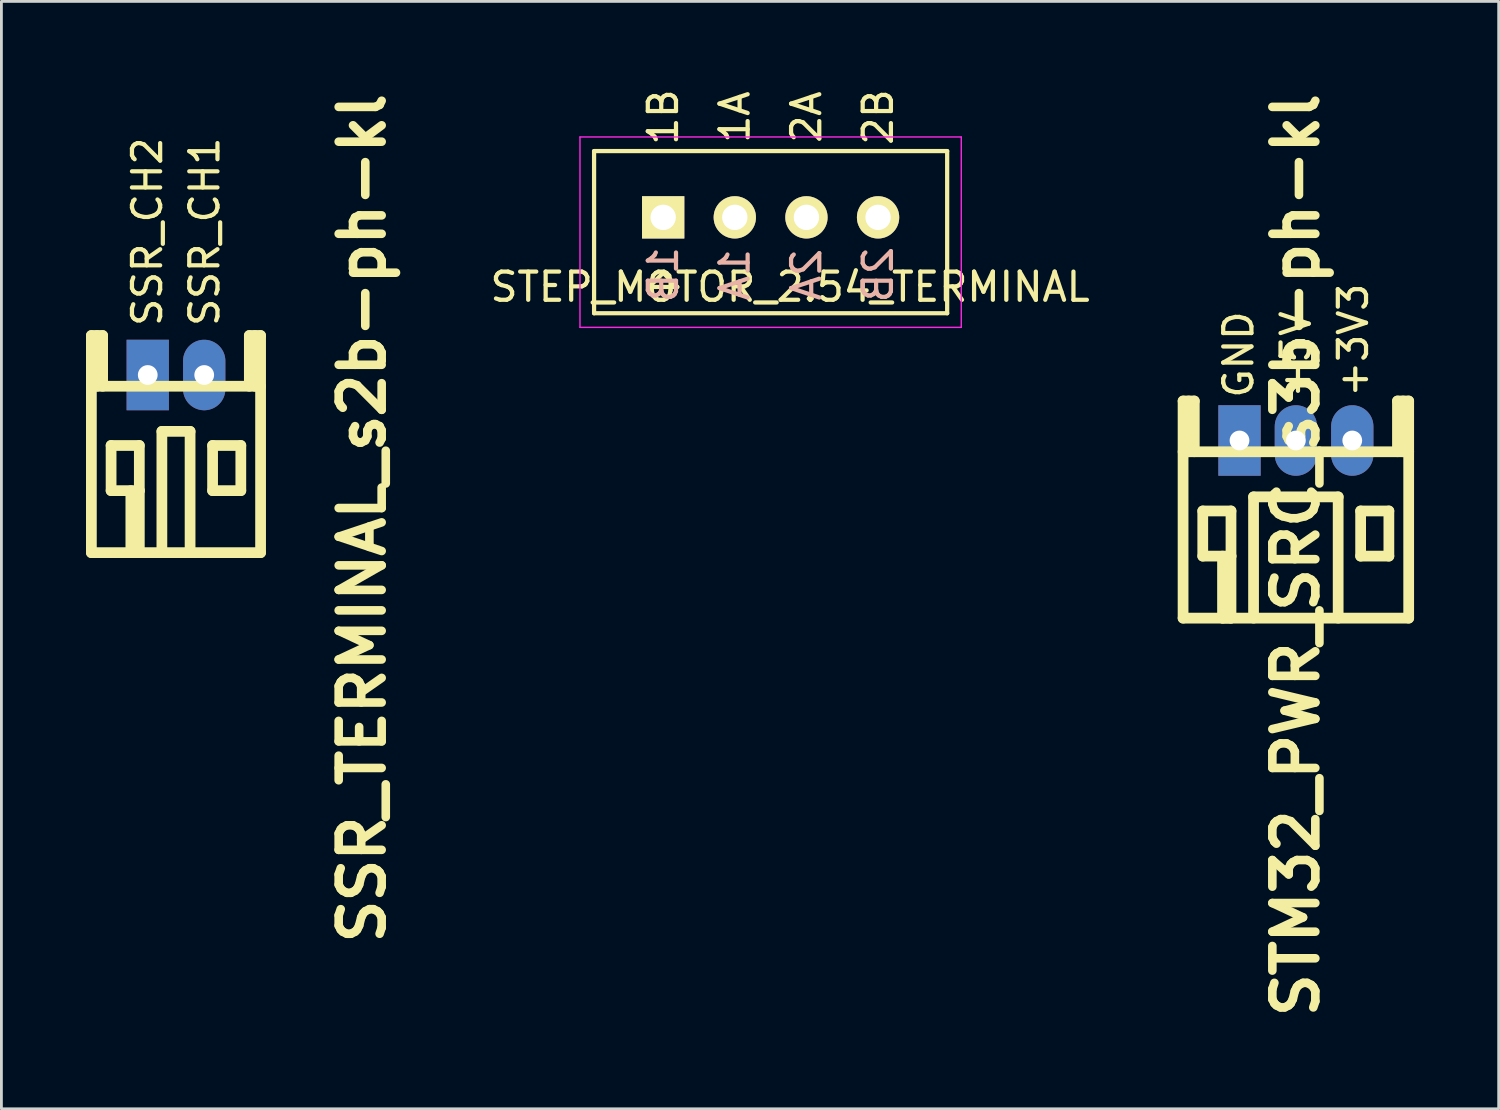
<source format=kicad_pcb>
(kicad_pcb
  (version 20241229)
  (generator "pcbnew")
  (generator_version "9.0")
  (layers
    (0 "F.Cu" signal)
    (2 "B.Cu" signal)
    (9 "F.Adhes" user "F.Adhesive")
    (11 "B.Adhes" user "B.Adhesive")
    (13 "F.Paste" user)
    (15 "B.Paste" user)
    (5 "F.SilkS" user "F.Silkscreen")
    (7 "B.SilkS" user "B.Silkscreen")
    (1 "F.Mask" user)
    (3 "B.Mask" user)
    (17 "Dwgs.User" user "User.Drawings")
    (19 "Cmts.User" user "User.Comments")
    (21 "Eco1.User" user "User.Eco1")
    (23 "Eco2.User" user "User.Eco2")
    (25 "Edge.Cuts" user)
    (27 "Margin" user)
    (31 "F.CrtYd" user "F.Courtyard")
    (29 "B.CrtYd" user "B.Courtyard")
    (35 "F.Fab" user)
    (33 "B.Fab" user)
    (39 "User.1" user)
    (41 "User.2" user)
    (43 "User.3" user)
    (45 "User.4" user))
  (footprint "STEP_MOTOR_2.54_TERMINAL"
    (layer "F.Cu")
    (at 20.465 4.657)
    (property "Reference" "STEP_MOTOR_2.54_TERMINAL" (at 4.5 2.468 0) (layer "F.SilkS") (effects (font (size 1 1) (thickness 0.15))))
    (attr through_hole)
    (fp_line (start -2.45 -2.35) (end -2.45 3.4) (stroke (width 0.15) (type solid)) (layer "F.SilkS"))
    (fp_line (start -2.45 -2.35) (end 10.07 -2.35) (stroke (width 0.15) (type solid)) (layer "F.SilkS"))
    (fp_line (start -2.45 3.4) (end 10.07 3.4) (stroke (width 0.15) (type solid)) (layer "F.SilkS"))
    (fp_line (start -0.5 2.468) (end 0.5 2.468) (stroke (width 0.15) (type solid)) (layer "F.SilkS"))
    (fp_line (start 0 1.968) (end -0.5 2.468) (stroke (width 0.15) (type solid)) (layer "F.SilkS"))
    (fp_line (start 0 1.968) (end 0.5 2.468) (stroke (width 0.15) (type solid)) (layer "F.SilkS"))
    (fp_line (start 10.07 -2.35) (end 10.07 3.4) (stroke (width 0.15) (type solid)) (layer "F.SilkS"))
    (fp_line (start -2.95 -2.85) (end -2.95 3.9) (stroke (width 0.05) (type solid)) (layer "F.CrtYd"))
    (fp_line (start -2.95 -2.85) (end 10.57 -2.85) (stroke (width 0.05) (type solid)) (layer "F.CrtYd"))
    (fp_line (start -2.95 3.9) (end 10.57 3.9) (stroke (width 0.05) (type solid)) (layer "F.CrtYd"))
    (fp_line (start 10.57 -2.85) (end 10.57 3.9) (stroke (width 0.05) (type solid)) (layer "F.CrtYd"))
    (fp_text user "2A" (at 5.08 -3.556 90) (layer "F.SilkS") (effects (font (size 1 1) (thickness 0.15))))
    (fp_text user "2B" (at 7.62 -3.556 90) (layer "F.SilkS") (effects (font (size 1 1) (thickness 0.15))))
    (fp_text user "1B" (at 0 -3.556 90) (layer "F.SilkS") (effects (font (size 1 1) (thickness 0.15))))
    (fp_text user "1A" (at 2.54 -3.556 90) (layer "F.SilkS") (effects (font (size 1 1) (thickness 0.15))))
    (fp_text user "2A" (at 5.08 2.032 270) (layer "B.SilkS") (effects (font (size 1 1) (thickness 0.15)) (justify mirror)))
    (fp_text user "2B" (at 7.62 2.032 270) (layer "B.SilkS") (effects (font (size 1 1) (thickness 0.15)) (justify mirror)))
    (fp_text user "1B" (at 0 2.032 270) (layer "B.SilkS") (effects (font (size 1 1) (thickness 0.15)) (justify mirror)))
    (fp_text user "1A" (at 2.54 2.032 270) (layer "B.SilkS") (effects (font (size 1 1) (thickness 0.15)) (justify mirror)))
    (pad "1" thru_hole rect (at 0 0) (size 1.5 1.5) (drill 0.9) (layers "*.Cu" "*.Mask" "F.SilkS"))
    (pad "2" thru_hole circle (at 2.54 0) (size 1.5 1.5) (drill 0.9) (layers "*.Cu" "*.Mask" "F.SilkS"))
    (pad "3" thru_hole circle (at 5.08 0) (size 1.5 1.5) (drill 0.9) (layers "*.Cu" "*.Mask" "F.SilkS"))
    (pad "4" thru_hole circle (at 7.62 0) (size 1.5 1.5) (drill 0.9) (layers "*.Cu" "*.Mask" "F.SilkS")))
  (footprint "STM32_PWR_SRC_s3b-ph-kl"
    (layer "F.Cu")
    (at 42.9 12.569)
    (property "Reference" "STM32_PWR_SRC_s3b-ph-kl" (at 0 4.064 90) (layer "F.SilkS") (effects (font (size 1.524 1.524) (thickness 0.305))))
    (attr through_hole)
    (fp_line (start -4 -1.4) (end -4 6.299) (stroke (width 0.381) (type solid)) (layer "F.SilkS"))
    (fp_line (start -4 0.399) (end 4 0.399) (stroke (width 0.381) (type solid)) (layer "F.SilkS"))
    (fp_line (start -4 6.299) (end 4 6.299) (stroke (width 0.381) (type solid)) (layer "F.SilkS"))
    (fp_line (start -3.8 -1.4) (end -3.8 0.399) (stroke (width 0.381) (type solid)) (layer "F.SilkS"))
    (fp_line (start -3.602 -1.4) (end -4 -1.4) (stroke (width 0.381) (type solid)) (layer "F.SilkS"))
    (fp_line (start -3.602 0.399) (end -3.602 -1.4) (stroke (width 0.381) (type solid)) (layer "F.SilkS"))
    (fp_line (start -3.302 2.499) (end -2.301 2.499) (stroke (width 0.381) (type solid)) (layer "F.SilkS"))
    (fp_line (start -3.302 4.1) (end -3.302 2.499) (stroke (width 0.381) (type solid)) (layer "F.SilkS"))
    (fp_line (start -2.601 6.299) (end -2.601 4.1) (stroke (width 0.381) (type solid)) (layer "F.SilkS"))
    (fp_line (start -2.301 2.499) (end -2.301 4.1) (stroke (width 0.381) (type solid)) (layer "F.SilkS"))
    (fp_line (start -2.301 4.1) (end -3.302 4.1) (stroke (width 0.381) (type solid)) (layer "F.SilkS"))
    (fp_line (start -2.301 4.1) (end -2.301 6.299) (stroke (width 0.381) (type solid)) (layer "F.SilkS"))
    (fp_line (start -2.301 6.299) (end -2.601 6.299) (stroke (width 0.381) (type solid)) (layer "F.SilkS"))
    (fp_line (start -1.501 1.999) (end -1.501 6.299) (stroke (width 0.381) (type solid)) (layer "F.SilkS"))
    (fp_line (start -1.501 1.999) (end 1.501 1.999) (stroke (width 0.381) (type solid)) (layer "F.SilkS"))
    (fp_line (start 1.499 1.999) (end 1.499 6.299) (stroke (width 0.381) (type solid)) (layer "F.SilkS"))
    (fp_line (start 2.296 2.499) (end 3.297 2.499) (stroke (width 0.381) (type solid)) (layer "F.SilkS"))
    (fp_line (start 2.296 4.1) (end 2.296 2.499) (stroke (width 0.381) (type solid)) (layer "F.SilkS"))
    (fp_line (start 3.297 2.499) (end 3.297 4.1) (stroke (width 0.381) (type solid)) (layer "F.SilkS"))
    (fp_line (start 3.297 4.1) (end 2.296 4.1) (stroke (width 0.381) (type solid)) (layer "F.SilkS"))
    (fp_line (start 3.602 -1.4) (end 3.602 0.399) (stroke (width 0.381) (type solid)) (layer "F.SilkS"))
    (fp_line (start 3.8 -1.4) (end 3.8 0.399) (stroke (width 0.381) (type solid)) (layer "F.SilkS"))
    (fp_line (start 4 -1.4) (end 3.602 -1.4) (stroke (width 0.381) (type solid)) (layer "F.SilkS"))
    (fp_line (start 4 6.299) (end 4 -1.4) (stroke (width 0.381) (type solid)) (layer "F.SilkS"))
    (fp_text user "GND" (at -2.032 -3.048 90) (layer "F.SilkS") (effects (font (size 1 1) (thickness 0.15))))
    (fp_text user "+5V" (at 0 -3.048 90) (layer "F.SilkS") (effects (font (size 1 1) (thickness 0.15))))
    (fp_text user "+3V3" (at 2.032 -3.556 90) (layer "F.SilkS") (effects (font (size 1 1) (thickness 0.15))))
    (pad "1" thru_hole rect (at -1.999 0) (size 1.5 2.5) (drill 0.701) (layers "*.Cu" "*.Mask"))
    (pad "2" thru_hole oval (at 0 0) (size 1.5 2.5) (drill 0.701) (layers "*.Cu" "*.Mask"))
    (pad "3" thru_hole oval (at 1.999 0) (size 1.5 2.5) (drill 0.701) (layers "*.Cu" "*.Mask")))
  (footprint "SSR_TERMINAL_s2b-ph-kl"
    (layer "F.Cu")
    (at 3.19 10.247)
    (property "Reference" "SSR_TERMINAL_s2b-ph-kl" (at 6.604 5.08 270) (layer "F.SilkS") (effects (font (size 1.524 1.524) (thickness 0.305))))
    (attr through_hole)
    (fp_line (start -3 -1.4) (end -3 6.299) (stroke (width 0.381) (type solid)) (layer "F.SilkS"))
    (fp_line (start -3 6.299) (end 3 6.299) (stroke (width 0.381) (type solid)) (layer "F.SilkS"))
    (fp_line (start -2.799 -1.4) (end -2.799 0.399) (stroke (width 0.381) (type solid)) (layer "F.SilkS"))
    (fp_line (start -2.601 -1.4) (end -3 -1.4) (stroke (width 0.381) (type solid)) (layer "F.SilkS"))
    (fp_line (start -2.601 0.399) (end -2.601 -1.4) (stroke (width 0.381) (type solid)) (layer "F.SilkS"))
    (fp_line (start -2.301 2.499) (end -1.3 2.499) (stroke (width 0.381) (type solid)) (layer "F.SilkS"))
    (fp_line (start -2.301 4.1) (end -2.301 2.499) (stroke (width 0.381) (type solid)) (layer "F.SilkS"))
    (fp_line (start -1.6 6.299) (end -1.6 4.1) (stroke (width 0.381) (type solid)) (layer "F.SilkS"))
    (fp_line (start -1.3 2.499) (end -1.3 4.1) (stroke (width 0.381) (type solid)) (layer "F.SilkS"))
    (fp_line (start -1.3 4.1) (end -2.301 4.1) (stroke (width 0.381) (type solid)) (layer "F.SilkS"))
    (fp_line (start -1.3 4.1) (end -1.3 6.299) (stroke (width 0.381) (type solid)) (layer "F.SilkS"))
    (fp_line (start -1.3 6.299) (end -1.6 6.299) (stroke (width 0.381) (type solid)) (layer "F.SilkS"))
    (fp_line (start -0.5 1.999) (end -0.5 6.299) (stroke (width 0.381) (type solid)) (layer "F.SilkS"))
    (fp_line (start 0.5 1.999) (end -0.5 1.999) (stroke (width 0.381) (type solid)) (layer "F.SilkS"))
    (fp_line (start 0.5 1.999) (end 0.5 6.299) (stroke (width 0.381) (type solid)) (layer "F.SilkS"))
    (fp_line (start 1.298 2.499) (end 2.299 2.499) (stroke (width 0.381) (type solid)) (layer "F.SilkS"))
    (fp_line (start 1.298 4.1) (end 1.298 2.499) (stroke (width 0.381) (type solid)) (layer "F.SilkS"))
    (fp_line (start 2.299 2.499) (end 2.299 4.1) (stroke (width 0.381) (type solid)) (layer "F.SilkS"))
    (fp_line (start 2.299 4.1) (end 1.298 4.1) (stroke (width 0.381) (type solid)) (layer "F.SilkS"))
    (fp_line (start 2.601 -1.4) (end 2.601 0.399) (stroke (width 0.381) (type solid)) (layer "F.SilkS"))
    (fp_line (start 2.799 -1.4) (end 2.799 0.399) (stroke (width 0.381) (type solid)) (layer "F.SilkS"))
    (fp_line (start 3 -1.4) (end 2.601 -1.4) (stroke (width 0.381) (type solid)) (layer "F.SilkS"))
    (fp_line (start 3 0.399) (end -3 0.399) (stroke (width 0.381) (type solid)) (layer "F.SilkS"))
    (fp_line (start 3 6.299) (end 3 -1.4) (stroke (width 0.381) (type solid)) (layer "F.SilkS"))
    (fp_text user "SSR_CH2" (at -1.016 -5.08 90) (layer "F.SilkS") (effects (font (size 1 1) (thickness 0.15))))
    (fp_text user "SSR_CH1" (at 1.016 -5.08 90) (layer "F.SilkS") (effects (font (size 1 1) (thickness 0.15))))
    (pad "1" thru_hole rect (at -1.001 0) (size 1.5 2.5) (drill 0.701) (layers "*.Cu" "*.Mask"))
    (pad "2" thru_hole oval (at 1.001 0) (size 1.5 2.5) (drill 0.701) (layers "*.Cu" "*.Mask")))
  (gr_rect
    (start -3 -3)
    (end 50.091 36.267)
    (stroke (width 0.1) (type default))
    (fill no)
    (layer "Edge.Cuts")))
</source>
